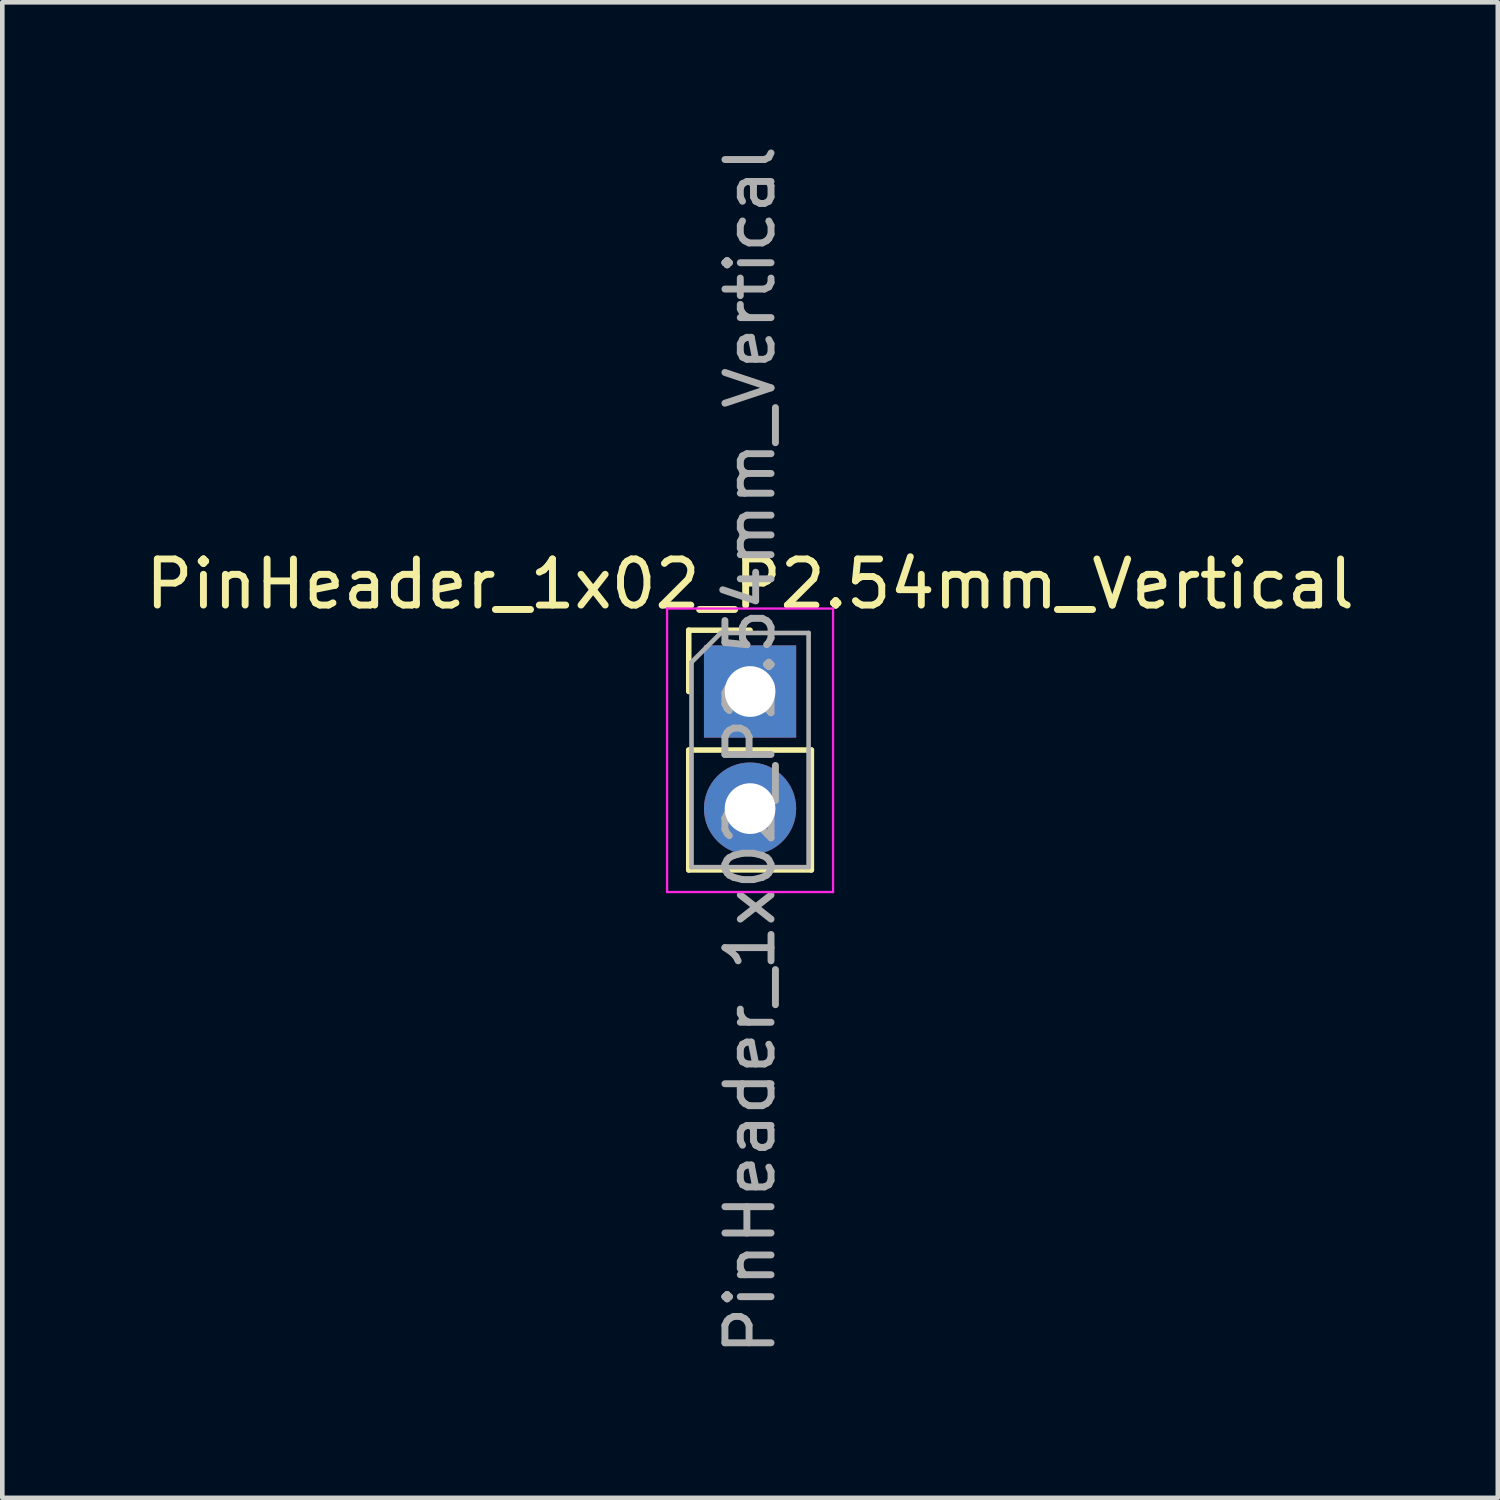
<source format=kicad_pcb>
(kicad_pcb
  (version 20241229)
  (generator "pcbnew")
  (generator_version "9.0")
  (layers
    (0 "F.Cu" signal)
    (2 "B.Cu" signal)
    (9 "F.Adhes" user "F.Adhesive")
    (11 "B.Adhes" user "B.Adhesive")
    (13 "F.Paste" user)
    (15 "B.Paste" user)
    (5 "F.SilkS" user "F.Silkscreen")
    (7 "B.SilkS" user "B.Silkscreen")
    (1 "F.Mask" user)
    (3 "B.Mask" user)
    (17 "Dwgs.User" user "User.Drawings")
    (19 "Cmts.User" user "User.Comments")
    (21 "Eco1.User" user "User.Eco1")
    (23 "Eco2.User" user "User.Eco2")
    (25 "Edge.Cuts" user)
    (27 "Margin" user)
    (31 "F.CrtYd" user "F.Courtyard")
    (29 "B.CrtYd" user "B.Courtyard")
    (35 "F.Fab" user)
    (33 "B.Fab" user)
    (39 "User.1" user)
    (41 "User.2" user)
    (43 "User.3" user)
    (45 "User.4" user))
  (footprint "PinHeader_1x02_P2.54mm_Vertical"
    (layer "F.Cu")
    (at 13.22 11.95)
    (property "Reference" "PinHeader_1x02_P2.54mm_Vertical" (at 0 -2.33 0) (layer "F.SilkS") (effects (font (size 1 1) (thickness 0.15))))
    (attr through_hole)
    (fp_line (start -1.33 -1.33) (end 0 -1.33) (stroke (width 0.12) (type solid)) (layer "F.SilkS"))
    (fp_line (start -1.33 0) (end -1.33 -1.33) (stroke (width 0.12) (type solid)) (layer "F.SilkS"))
    (fp_line (start -1.33 1.27) (end -1.33 3.87) (stroke (width 0.12) (type solid)) (layer "F.SilkS"))
    (fp_line (start -1.33 1.27) (end 1.33 1.27) (stroke (width 0.12) (type solid)) (layer "F.SilkS"))
    (fp_line (start -1.33 3.87) (end 1.33 3.87) (stroke (width 0.12) (type solid)) (layer "F.SilkS"))
    (fp_line (start 1.33 1.27) (end 1.33 3.87) (stroke (width 0.12) (type solid)) (layer "F.SilkS"))
    (fp_line (start -1.8 -1.8) (end -1.8 4.35) (stroke (width 0.05) (type solid)) (layer "F.CrtYd"))
    (fp_line (start -1.8 4.35) (end 1.8 4.35) (stroke (width 0.05) (type solid)) (layer "F.CrtYd"))
    (fp_line (start 1.8 -1.8) (end -1.8 -1.8) (stroke (width 0.05) (type solid)) (layer "F.CrtYd"))
    (fp_line (start 1.8 4.35) (end 1.8 -1.8) (stroke (width 0.05) (type solid)) (layer "F.CrtYd"))
    (fp_line (start -1.27 -0.635) (end -0.635 -1.27) (stroke (width 0.1) (type solid)) (layer "F.Fab"))
    (fp_line (start -1.27 3.81) (end -1.27 -0.635) (stroke (width 0.1) (type solid)) (layer "F.Fab"))
    (fp_line (start -0.635 -1.27) (end 1.27 -1.27) (stroke (width 0.1) (type solid)) (layer "F.Fab"))
    (fp_line (start 1.27 -1.27) (end 1.27 3.81) (stroke (width 0.1) (type solid)) (layer "F.Fab"))
    (fp_line (start 1.27 3.81) (end -1.27 3.81) (stroke (width 0.1) (type solid)) (layer "F.Fab"))
    (fp_text user "${REFERENCE}" (at 0 1.27 90) (layer "F.Fab") (effects (font (size 1 1) (thickness 0.15))))
    (pad "1" thru_hole rect (at 0 0) (size 2 2) (drill 1.1) (layers "*.Cu" "*.Mask"))
    (pad "2" thru_hole oval (at 0 2.54) (size 2 2) (drill 1.1) (layers "*.Cu" "*.Mask")))
  (gr_rect
    (start -3 -3)
    (end 29.44 29.44)
    (stroke (width 0.1) (type default))
    (fill no)
    (layer "Edge.Cuts")))
</source>
